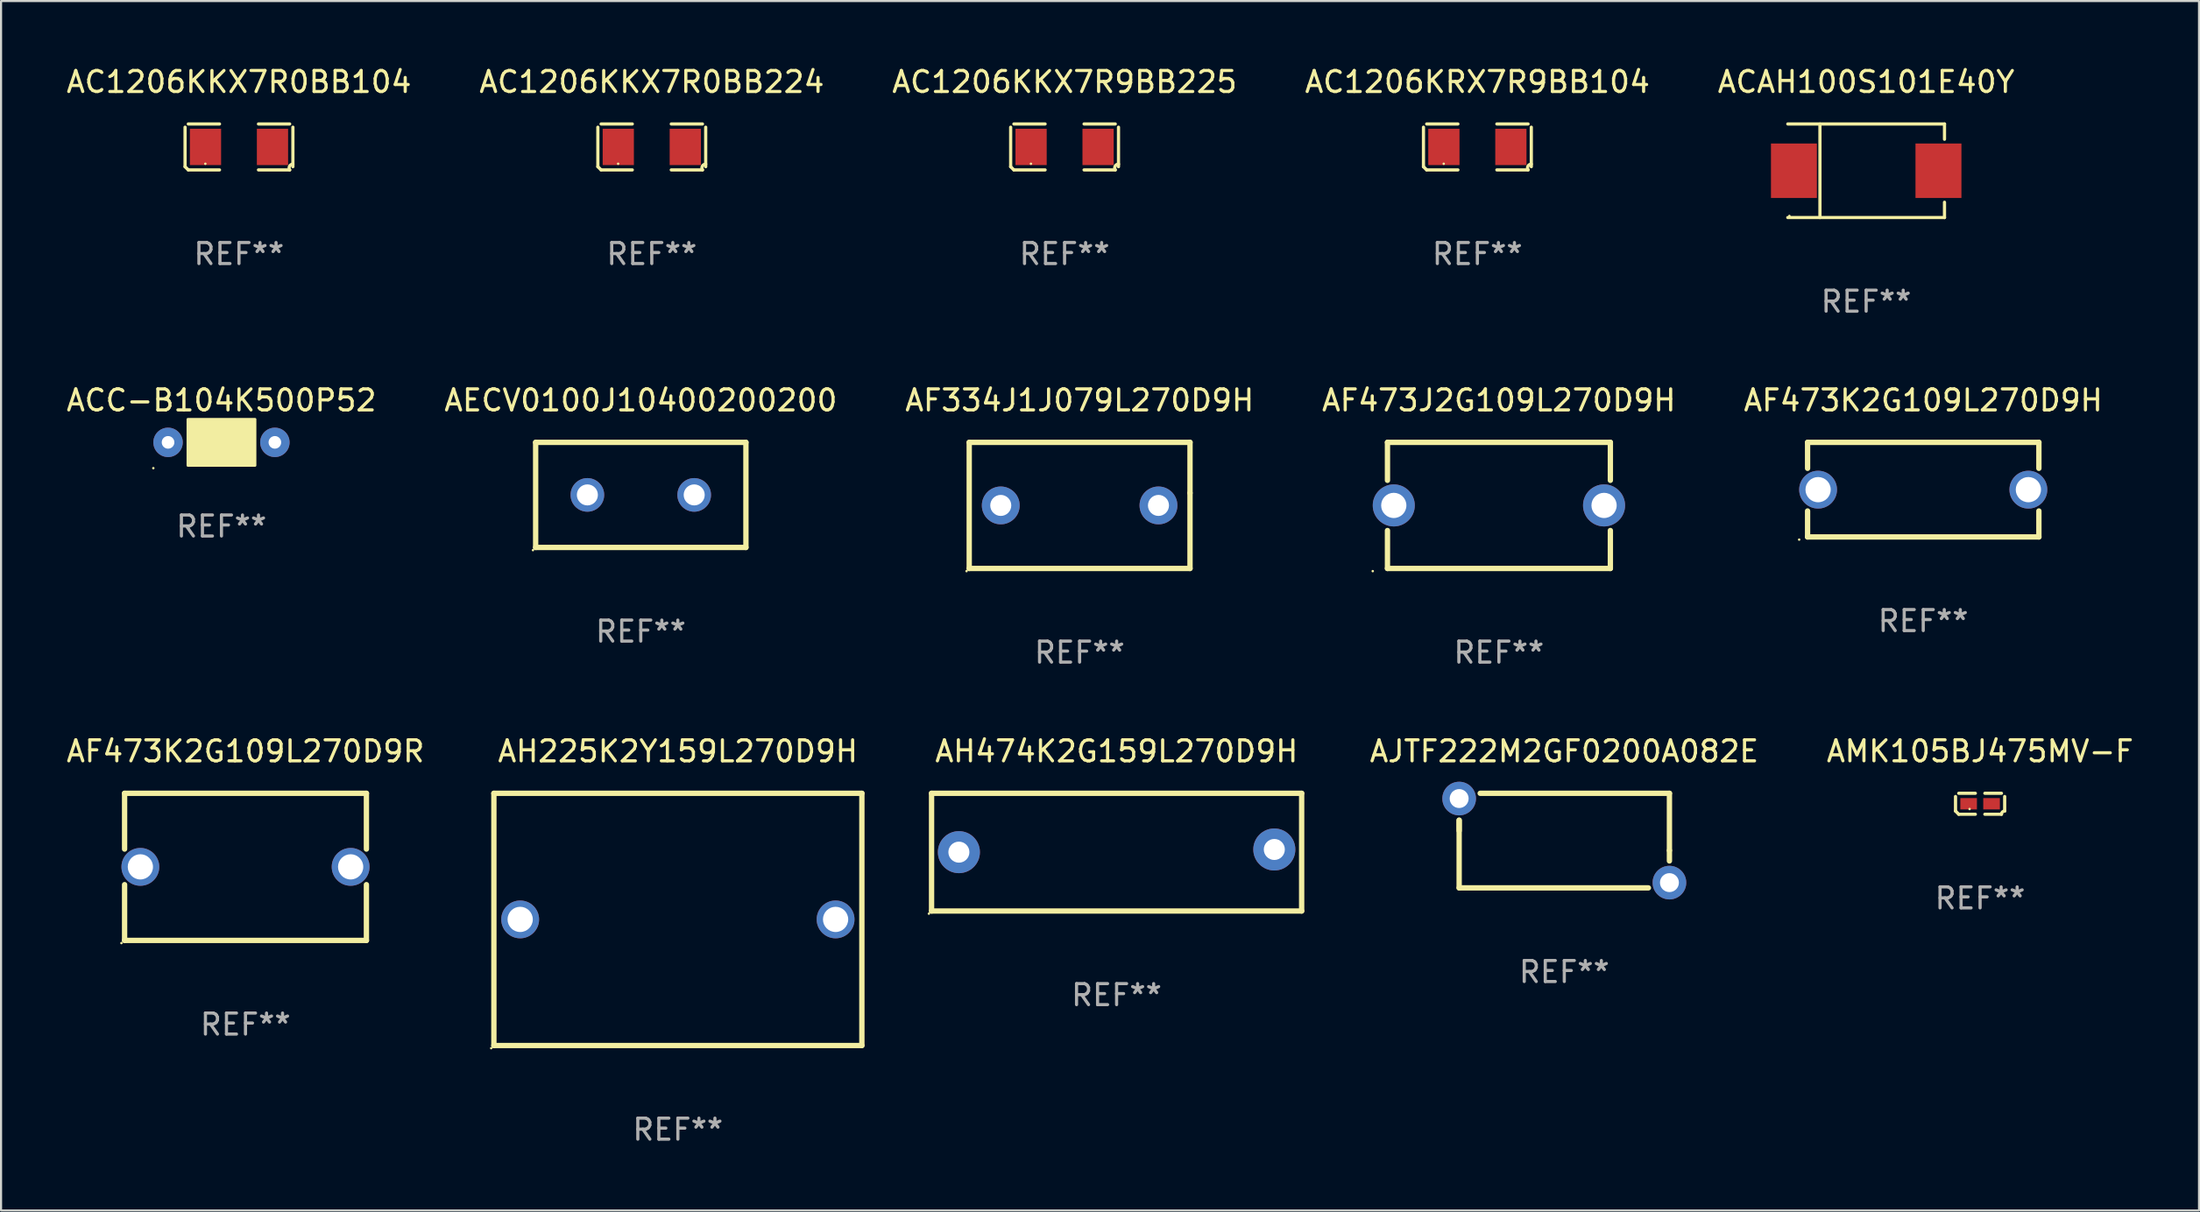
<source format=kicad_pcb>
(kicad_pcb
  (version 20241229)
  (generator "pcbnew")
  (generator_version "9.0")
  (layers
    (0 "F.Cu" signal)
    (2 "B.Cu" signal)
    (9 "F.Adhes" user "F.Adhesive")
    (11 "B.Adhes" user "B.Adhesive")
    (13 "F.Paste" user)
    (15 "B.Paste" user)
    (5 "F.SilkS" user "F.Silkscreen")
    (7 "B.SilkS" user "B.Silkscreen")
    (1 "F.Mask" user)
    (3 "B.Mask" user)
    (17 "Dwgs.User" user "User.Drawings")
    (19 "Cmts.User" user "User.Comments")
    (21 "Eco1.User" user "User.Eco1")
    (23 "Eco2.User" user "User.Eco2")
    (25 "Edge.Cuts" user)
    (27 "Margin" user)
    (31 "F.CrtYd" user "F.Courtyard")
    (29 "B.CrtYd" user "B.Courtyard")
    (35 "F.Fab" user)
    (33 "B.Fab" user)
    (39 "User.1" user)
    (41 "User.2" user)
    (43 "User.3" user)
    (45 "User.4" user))
  (footprint "AC1206KKX7R0BB104"
    (layer "F.Cu")
    (at 8.315 3.941)
    (property "Reference" "AC1206KKX7R0BB104" (at 0 -3.093 0) (layer "F.SilkS") (effects (font (size 1 1) (thickness 0.15))))
    (attr through_hole)
    (fp_line (start -2.564 0.94) (end -2.564 -0.94) (stroke (width 0.152) (type solid)) (layer "F.SilkS"))
    (fp_line (start -2.411 -1.093) (end -0.926 -1.093) (stroke (width 0.152) (type solid)) (layer "F.SilkS"))
    (fp_line (start -0.926 1.093) (end -2.411 1.093) (stroke (width 0.152) (type solid)) (layer "F.SilkS"))
    (fp_line (start 0.926 1.093) (end 2.411 1.093) (stroke (width 0.152) (type solid)) (layer "F.SilkS"))
    (fp_line (start 2.411 -1.093) (end 0.926 -1.093) (stroke (width 0.152) (type solid)) (layer "F.SilkS"))
    (fp_line (start 2.564 0.94) (end 2.564 -0.94) (stroke (width 0.152) (type solid)) (layer "F.SilkS"))
    (fp_arc (start -2.411201 1.092609) (mid -2.487413 1.01642) (end -2.563602 0.940208) (stroke (width 0.1524) (type solid)) (layer "F.SilkS"))
    (fp_arc (start 2.411201 1.092609) (mid 2.407159 0.911226) (end 2.563602 0.819347) (stroke (width 0.1524) (type solid)) (layer "F.SilkS"))
    (fp_circle (center -1.6 0.8) (end -1.57 0.8) (stroke (width 0.06) (type solid)) (fill no) (layer "F.SilkS"))
    (fp_text user "REF**" (at 0 5.093 0) (layer "F.Fab") (effects (font (size 1 1) (thickness 0.15))))
    (pad "1" smd rect (at -1.593 0) (size 1.485 1.728) (layers "F.Cu" "F.Mask" "F.Paste"))
    (pad "2" smd rect (at 1.593 0) (size 1.485 1.728) (layers "F.Cu" "F.Mask" "F.Paste")))
  (footprint "AF473J2G109L270D9H"
    (layer "F.Cu")
    (at 68.232 20.997)
    (property "Reference" "AF473J2G109L270D9H" (at 0 -5 0) (layer "F.SilkS") (effects (font (size 1 1) (thickness 0.15))))
    (attr through_hole)
    (fp_line (start -5.3 -3) (end 5.3 -3) (stroke (width 0.254) (type solid)) (layer "F.SilkS"))
    (fp_line (start -5.3 -1.194) (end -5.3 -3) (stroke (width 0.254) (type solid)) (layer "F.SilkS"))
    (fp_line (start -5.3 3) (end -5.3 1.194) (stroke (width 0.254) (type solid)) (layer "F.SilkS"))
    (fp_line (start -5.3 3) (end 5.3 3) (stroke (width 0.254) (type solid)) (layer "F.SilkS"))
    (fp_line (start 5.3 -3) (end 5.3 -1.194) (stroke (width 0.254) (type solid)) (layer "F.SilkS"))
    (fp_line (start 5.3 1.194) (end 5.3 3) (stroke (width 0.254) (type solid)) (layer "F.SilkS"))
    (fp_circle (center -6 3.127) (end -5.97 3.127) (stroke (width 0.06) (type solid)) (fill no) (layer "F.SilkS"))
    (fp_text user "REF**" (at 0 7 0) (layer "F.Fab") (effects (font (size 1 1) (thickness 0.15))))
    (pad "1" thru_hole circle (at -5 0) (size 2 2) (drill 1.2) (layers "*.Cu" "*.Mask"))
    (pad "2" thru_hole circle (at 5 0) (size 2 2) (drill 1.2) (layers "*.Cu" "*.Mask")))
  (footprint "AF473K2G109L270D9H"
    (layer "F.Cu")
    (at 88.411 20.247)
    (property "Reference" "AF473K2G109L270D9H" (at 0 -4.25 0) (layer "F.SilkS") (effects (font (size 1 1) (thickness 0.15))))
    (attr through_hole)
    (fp_line (start -5.5 -2.25) (end -5.5 -1.014) (stroke (width 0.254) (type solid)) (layer "F.SilkS"))
    (fp_line (start -5.5 -2.25) (end 5.5 -2.25) (stroke (width 0.254) (type solid)) (layer "F.SilkS"))
    (fp_line (start -5.5 1.014) (end -5.5 2.25) (stroke (width 0.254) (type solid)) (layer "F.SilkS"))
    (fp_line (start 5.5 -2.25) (end 5.5 -1.014) (stroke (width 0.254) (type solid)) (layer "F.SilkS"))
    (fp_line (start 5.5 1.014) (end 5.5 2.25) (stroke (width 0.254) (type solid)) (layer "F.SilkS"))
    (fp_line (start 5.5 2.25) (end -5.5 2.25) (stroke (width 0.254) (type solid)) (layer "F.SilkS"))
    (fp_circle (center -5.9 2.377) (end -5.87 2.377) (stroke (width 0.06) (type solid)) (fill no) (layer "F.SilkS"))
    (fp_text user "REF**" (at 0 6.25 0) (layer "F.Fab") (effects (font (size 1 1) (thickness 0.15))))
    (pad "1" thru_hole circle (at -5 0) (size 1.8 1.8) (drill 1.2) (layers "*.Cu" "*.Mask"))
    (pad "2" thru_hole circle (at 5 0) (size 1.8 1.8) (drill 1.2) (layers "*.Cu" "*.Mask")))
  (footprint "AJTF222M2GF0200A082E"
    (layer "F.Cu")
    (at 71.341 36.944)
    (property "Reference" "AJTF222M2GF0200A082E" (at 0 -4.25 0) (layer "F.SilkS") (effects (font (size 1 1) (thickness 0.15))))
    (attr through_hole)
    (fp_line (start -5 -0.969) (end -5 2.25) (stroke (width 0.254) (type solid)) (layer "F.SilkS"))
    (fp_line (start -5 -0.469) (end -5 -0.969) (stroke (width 0.254) (type solid)) (layer "F.SilkS"))
    (fp_line (start -5 2.25) (end 4 2.25) (stroke (width 0.254) (type solid)) (layer "F.SilkS"))
    (fp_line (start 5 -2.25) (end -4 -2.25) (stroke (width 0.254) (type solid)) (layer "F.SilkS"))
    (fp_line (start 5 -2.25) (end 5 0.469) (stroke (width 0.254) (type solid)) (layer "F.SilkS"))
    (fp_line (start 5 0.469) (end 5 0.969) (stroke (width 0.254) (type solid)) (layer "F.SilkS"))
    (fp_circle (center -5.275 -2.275) (end -5.245 -2.275) (stroke (width 0.06) (type solid)) (fill no) (layer "F.SilkS"))
    (fp_text user "REF**" (at 0 6.25 0) (layer "F.Fab") (effects (font (size 1 1) (thickness 0.15))))
    (pad "1" thru_hole circle (at -5 -2) (size 1.6 1.6) (drill 0.9) (layers "*.Cu" "*.Mask"))
    (pad "2" thru_hole circle (at 5 2) (size 1.6 1.6) (drill 0.9) (layers "*.Cu" "*.Mask")))
  (footprint "AF473K2G109L270D9R"
    (layer "F.Cu")
    (at 8.625 38.194)
    (property "Reference" "AF473K2G109L270D9R" (at 0 -5.5 0) (layer "F.SilkS") (effects (font (size 1 1) (thickness 0.15))))
    (attr through_hole)
    (fp_line (start -5.75 -3.5) (end -5.75 -0.846) (stroke (width 0.254) (type solid)) (layer "F.SilkS"))
    (fp_line (start -5.75 -3.5) (end 5.75 -3.5) (stroke (width 0.254) (type solid)) (layer "F.SilkS"))
    (fp_line (start -5.75 0.846) (end -5.75 3.5) (stroke (width 0.254) (type solid)) (layer "F.SilkS"))
    (fp_line (start 5.75 -3.5) (end 5.75 -0.846) (stroke (width 0.254) (type solid)) (layer "F.SilkS"))
    (fp_line (start 5.75 0.846) (end 5.75 3.5) (stroke (width 0.254) (type solid)) (layer "F.SilkS"))
    (fp_line (start 5.75 3.5) (end -5.75 3.5) (stroke (width 0.254) (type solid)) (layer "F.SilkS"))
    (fp_circle (center -5.9 3.627) (end -5.87 3.627) (stroke (width 0.06) (type solid)) (fill no) (layer "F.SilkS"))
    (fp_text user "REF**" (at 0 7.5 0) (layer "F.Fab") (effects (font (size 1 1) (thickness 0.15))))
    (pad "1" thru_hole circle (at -5 0) (size 1.8 1.8) (drill 1.2) (layers "*.Cu" "*.Mask"))
    (pad "2" thru_hole circle (at 5 0) (size 1.8 1.8) (drill 1.2) (layers "*.Cu" "*.Mask")))
  (footprint "AH474K2G159L270D9H"
    (layer "F.Cu")
    (at 50.051 37.494)
    (property "Reference" "AH474K2G159L270D9H" (at 0 -4.8 0) (layer "F.SilkS") (effects (font (size 1 1) (thickness 0.15))))
    (attr through_hole)
    (fp_line (start -8.8 -2.8) (end 8.8 -2.8) (stroke (width 0.254) (type solid)) (layer "F.SilkS"))
    (fp_line (start -8.8 2.8) (end -8.8 -2.8) (stroke (width 0.254) (type solid)) (layer "F.SilkS"))
    (fp_line (start 8.8 -2.8) (end 8.8 2.8) (stroke (width 0.254) (type solid)) (layer "F.SilkS"))
    (fp_line (start 8.8 2.8) (end -8.8 2.8) (stroke (width 0.254) (type solid)) (layer "F.SilkS"))
    (fp_circle (center -8.927 2.927) (end -8.897 2.927) (stroke (width 0.06) (type solid)) (fill no) (layer "F.SilkS"))
    (fp_text user "REF**" (at 0 6.8 0) (layer "F.Fab") (effects (font (size 1 1) (thickness 0.15))))
    (pad "1" thru_hole circle (at -7.5 0) (size 2 2) (drill 1) (layers "*.Cu" "*.Mask"))
    (pad "2" thru_hole circle (at 7.5 -0.127) (size 2 2) (drill 1) (layers "*.Cu" "*.Mask")))
  (footprint "AC1206KKX7R0BB224"
    (layer "F.Cu")
    (at 27.946 3.941)
    (property "Reference" "AC1206KKX7R0BB224" (at 0 -3.093 0) (layer "F.SilkS") (effects (font (size 1 1) (thickness 0.15))))
    (attr through_hole)
    (fp_line (start -2.564 0.94) (end -2.564 -0.94) (stroke (width 0.152) (type solid)) (layer "F.SilkS"))
    (fp_line (start -2.411 -1.093) (end -0.926 -1.093) (stroke (width 0.152) (type solid)) (layer "F.SilkS"))
    (fp_line (start -0.926 1.093) (end -2.411 1.093) (stroke (width 0.152) (type solid)) (layer "F.SilkS"))
    (fp_line (start 0.926 1.093) (end 2.411 1.093) (stroke (width 0.152) (type solid)) (layer "F.SilkS"))
    (fp_line (start 2.411 -1.093) (end 0.926 -1.093) (stroke (width 0.152) (type solid)) (layer "F.SilkS"))
    (fp_line (start 2.564 0.94) (end 2.564 -0.94) (stroke (width 0.152) (type solid)) (layer "F.SilkS"))
    (fp_arc (start -2.411201 1.092609) (mid -2.487413 1.01642) (end -2.563602 0.940208) (stroke (width 0.1524) (type solid)) (layer "F.SilkS"))
    (fp_arc (start 2.411201 1.092609) (mid 2.407159 0.911226) (end 2.563602 0.819347) (stroke (width 0.1524) (type solid)) (layer "F.SilkS"))
    (fp_circle (center -1.6 0.8) (end -1.57 0.8) (stroke (width 0.06) (type solid)) (fill no) (layer "F.SilkS"))
    (fp_text user "REF**" (at 0 5.093 0) (layer "F.Fab") (effects (font (size 1 1) (thickness 0.15))))
    (pad "1" smd rect (at -1.593 0) (size 1.485 1.728) (layers "F.Cu" "F.Mask" "F.Paste"))
    (pad "2" smd rect (at 1.593 0) (size 1.485 1.728) (layers "F.Cu" "F.Mask" "F.Paste")))
  (footprint "AC1206KRX7R9BB104"
    (layer "F.Cu")
    (at 67.208 3.941)
    (property "Reference" "AC1206KRX7R9BB104" (at 0 -3.093 0) (layer "F.SilkS") (effects (font (size 1 1) (thickness 0.15))))
    (attr through_hole)
    (fp_line (start -2.564 0.94) (end -2.564 -0.94) (stroke (width 0.152) (type solid)) (layer "F.SilkS"))
    (fp_line (start -2.411 -1.093) (end -0.926 -1.093) (stroke (width 0.152) (type solid)) (layer "F.SilkS"))
    (fp_line (start -0.926 1.093) (end -2.411 1.093) (stroke (width 0.152) (type solid)) (layer "F.SilkS"))
    (fp_line (start 0.926 1.093) (end 2.411 1.093) (stroke (width 0.152) (type solid)) (layer "F.SilkS"))
    (fp_line (start 2.411 -1.093) (end 0.926 -1.093) (stroke (width 0.152) (type solid)) (layer "F.SilkS"))
    (fp_line (start 2.564 0.94) (end 2.564 -0.94) (stroke (width 0.152) (type solid)) (layer "F.SilkS"))
    (fp_arc (start -2.411201 1.092609) (mid -2.487413 1.01642) (end -2.563602 0.940208) (stroke (width 0.1524) (type solid)) (layer "F.SilkS"))
    (fp_arc (start 2.411201 1.092609) (mid 2.407159 0.911226) (end 2.563602 0.819347) (stroke (width 0.1524) (type solid)) (layer "F.SilkS"))
    (fp_circle (center -1.6 0.8) (end -1.57 0.8) (stroke (width 0.06) (type solid)) (fill no) (layer "F.SilkS"))
    (fp_text user "REF**" (at 0 5.093 0) (layer "F.Fab") (effects (font (size 1 1) (thickness 0.15))))
    (pad "1" smd rect (at -1.593 0) (size 1.485 1.728) (layers "F.Cu" "F.Mask" "F.Paste"))
    (pad "2" smd rect (at 1.593 0) (size 1.485 1.728) (layers "F.Cu" "F.Mask" "F.Paste")))
  (footprint "AF334J1J079L270D9H"
    (layer "F.Cu")
    (at 48.292 20.997)
    (property "Reference" "AF334J1J079L270D9H" (at 0 -5 0) (layer "F.SilkS") (effects (font (size 1 1) (thickness 0.15))))
    (attr through_hole)
    (fp_line (start -5.25 -3) (end 5.25 -3) (stroke (width 0.254) (type solid)) (layer "F.SilkS"))
    (fp_line (start -5.25 3) (end -5.25 -3) (stroke (width 0.254) (type solid)) (layer "F.SilkS"))
    (fp_line (start 5.25 -0.591) (end 5.25 -3) (stroke (width 0.254) (type solid)) (layer "F.SilkS"))
    (fp_line (start 5.25 3) (end 5.25 -0.591) (stroke (width 0.254) (type solid)) (layer "F.SilkS"))
    (fp_line (start 5.25 3) (end -5.25 3) (stroke (width 0.254) (type solid)) (layer "F.SilkS"))
    (fp_circle (center -5.377 3.127) (end -5.347 3.127) (stroke (width 0.06) (type solid)) (fill no) (layer "F.SilkS"))
    (fp_text user "REF**" (at 0 7 0) (layer "F.Fab") (effects (font (size 1 1) (thickness 0.15))))
    (pad "1" thru_hole circle (at -3.75 0) (size 1.8 1.8) (drill 1) (layers "*.Cu" "*.Mask"))
    (pad "2" thru_hole circle (at 3.75 0) (size 1.8 1.8) (drill 1) (layers "*.Cu" "*.Mask")))
  (footprint "AC1206KKX7R9BB225"
    (layer "F.Cu")
    (at 47.577 3.941)
    (property "Reference" "AC1206KKX7R9BB225" (at 0 -3.093 0) (layer "F.SilkS") (effects (font (size 1 1) (thickness 0.15))))
    (attr through_hole)
    (fp_line (start -2.564 0.94) (end -2.564 -0.94) (stroke (width 0.152) (type solid)) (layer "F.SilkS"))
    (fp_line (start -2.411 -1.093) (end -0.926 -1.093) (stroke (width 0.152) (type solid)) (layer "F.SilkS"))
    (fp_line (start -0.926 1.093) (end -2.411 1.093) (stroke (width 0.152) (type solid)) (layer "F.SilkS"))
    (fp_line (start 0.926 1.093) (end 2.411 1.093) (stroke (width 0.152) (type solid)) (layer "F.SilkS"))
    (fp_line (start 2.411 -1.093) (end 0.926 -1.093) (stroke (width 0.152) (type solid)) (layer "F.SilkS"))
    (fp_line (start 2.564 0.94) (end 2.564 -0.94) (stroke (width 0.152) (type solid)) (layer "F.SilkS"))
    (fp_arc (start -2.411201 1.092609) (mid -2.487413 1.01642) (end -2.563602 0.940208) (stroke (width 0.1524) (type solid)) (layer "F.SilkS"))
    (fp_arc (start 2.411201 1.092609) (mid 2.407159 0.911226) (end 2.563602 0.819347) (stroke (width 0.1524) (type solid)) (layer "F.SilkS"))
    (fp_circle (center -1.6 0.8) (end -1.57 0.8) (stroke (width 0.06) (type solid)) (fill no) (layer "F.SilkS"))
    (fp_text user "REF**" (at 0 5.093 0) (layer "F.Fab") (effects (font (size 1 1) (thickness 0.15))))
    (pad "1" smd rect (at -1.593 0) (size 1.485 1.728) (layers "F.Cu" "F.Mask" "F.Paste"))
    (pad "2" smd rect (at 1.593 0) (size 1.485 1.728) (layers "F.Cu" "F.Mask" "F.Paste")))
  (footprint "ACC-B104K500P52"
    (layer "F.Cu")
    (at 7.482 17.997)
    (property "Reference" "ACC-B104K500P52" (at 0 -2 0) (layer "F.SilkS") (effects (font (size 1 1) (thickness 0.15))))
    (attr through_hole)
    (fp_circle (center -3.24 1.227) (end -3.21 1.227) (stroke (width 0.06) (type solid)) (fill no) (layer "F.SilkS"))
    (fp_poly (pts (xy -1.6 -1.1) (xy 1.6 -1.1) (xy 1.6 1.1) (xy -1.6 1.1)) (stroke (width 0.12) (type solid)) (fill yes) (layer "F.SilkS"))
    (fp_text user "REF**" (at 0 4 0) (layer "F.Fab") (effects (font (size 1 1) (thickness 0.15))))
    (pad "1" thru_hole circle (at -2.54 0) (size 1.4 1.4) (drill 0.6) (layers "*.Cu" "*.Mask"))
    (pad "2" thru_hole circle (at 2.54 0) (size 1.4 1.4) (drill 0.6) (layers "*.Cu" "*.Mask")))
  (footprint "AMK105BJ475MV-F"
    (layer "F.Cu")
    (at 91.115 35.192)
    (property "Reference" "AMK105BJ475MV-F" (at 0 -2.499 0) (layer "F.SilkS") (effects (font (size 1 1) (thickness 0.15))))
    (attr through_hole)
    (fp_line (start -1.169 0.346) (end -1.169 -0.346) (stroke (width 0.152) (type solid)) (layer "F.SilkS"))
    (fp_line (start -1.016 -0.499) (end -0.226 -0.499) (stroke (width 0.152) (type solid)) (layer "F.SilkS"))
    (fp_line (start -0.226 0.499) (end -1.016 0.499) (stroke (width 0.152) (type solid)) (layer "F.SilkS"))
    (fp_line (start 0.226 0.499) (end 1.016 0.499) (stroke (width 0.152) (type solid)) (layer "F.SilkS"))
    (fp_line (start 1.016 -0.499) (end 0.226 -0.499) (stroke (width 0.152) (type solid)) (layer "F.SilkS"))
    (fp_line (start 1.169 0.346) (end 1.169 -0.346) (stroke (width 0.152) (type solid)) (layer "F.SilkS"))
    (fp_arc (start -1.016307 0.498603) (mid -1.092512 0.422405) (end -1.16871 0.3462) (stroke (width 0.1524) (type solid)) (layer "F.SilkS"))
    (fp_arc (start 1.016307 0.498603) (mid 1.060899 0.390758) (end 1.168707 0.346076) (stroke (width 0.1524) (type solid)) (layer "F.SilkS"))
    (fp_circle (center -0.5 0.25) (end -0.47 0.25) (stroke (width 0.06) (type solid)) (fill no) (layer "F.SilkS"))
    (fp_text user "REF**" (at 0 4.499 0) (layer "F.Fab") (effects (font (size 1 1) (thickness 0.15))))
    (pad "1" smd rect (at -0.545 0) (size 0.79 0.54) (layers "F.Cu" "F.Mask" "F.Paste"))
    (pad "2" smd rect (at 0.545 0) (size 0.79 0.54) (layers "F.Cu" "F.Mask" "F.Paste")))
  (footprint "AECV0100J10400200200"
    (layer "F.Cu")
    (at 27.423 20.497)
    (property "Reference" "AECV0100J10400200200" (at 0 -4.5 0) (layer "F.SilkS") (effects (font (size 1 1) (thickness 0.15))))
    (attr through_hole)
    (fp_line (start -5 -2.5) (end -5 2.5) (stroke (width 0.254) (type solid)) (layer "F.SilkS"))
    (fp_line (start -5 -2.5) (end 5 -2.5) (stroke (width 0.254) (type solid)) (layer "F.SilkS"))
    (fp_line (start -5 2.5) (end 5 2.5) (stroke (width 0.254) (type solid)) (layer "F.SilkS"))
    (fp_line (start 5 -2.5) (end 5 2.5) (stroke (width 0.254) (type solid)) (layer "F.SilkS"))
    (fp_circle (center -5.127 2.627) (end -5.097 2.627) (stroke (width 0.06) (type solid)) (fill no) (layer "F.SilkS"))
    (fp_text user "REF**" (at 0 6.5 0) (layer "F.Fab") (effects (font (size 1 1) (thickness 0.15))))
    (pad "1" thru_hole circle (at -2.54 0) (size 1.6 1.6) (drill 1) (layers "*.Cu" "*.Mask"))
    (pad "2" thru_hole circle (at 2.54 0) (size 1.6 1.6) (drill 1) (layers "*.Cu" "*.Mask")))
  (footprint "ACAH100S101E40Y"
    (layer "F.Cu")
    (at 85.696 5.074)
    (property "Reference" "ACAH100S101E40Y" (at 0 -4.226 0) (layer "F.SilkS") (effects (font (size 1 1) (thickness 0.15))))
    (attr through_hole)
    (fp_line (start -3.726 -2.226) (end 3.726 -2.226) (stroke (width 0.152) (type solid)) (layer "F.SilkS"))
    (fp_line (start -3.726 2.226) (end 3.726 2.226) (stroke (width 0.152) (type solid)) (layer "F.SilkS"))
    (fp_line (start -2.197 -2.226) (end -2.197 2.226) (stroke (width 0.152) (type solid)) (layer "F.SilkS"))
    (fp_line (start 3.726 -2.226) (end 3.726 -1.499) (stroke (width 0.152) (type solid)) (layer "F.SilkS"))
    (fp_line (start 3.726 2.226) (end 3.726 1.499) (stroke (width 0.152) (type solid)) (layer "F.SilkS"))
    (fp_circle (center -3.65 2.15) (end -3.62 2.15) (stroke (width 0.06) (type solid)) (fill no) (layer "F.SilkS"))
    (fp_text user "REF**" (at 0 6.226 0) (layer "F.Fab") (effects (font (size 1 1) (thickness 0.15))))
    (pad "1" smd rect (at -3.434 0 180) (size 2.185 2.592) (layers "F.Cu" "F.Mask" "F.Paste"))
    (pad "2" smd rect (at 3.439 0 180) (size 2.185 2.592) (layers "F.Cu" "F.Mask" "F.Paste")))
  (footprint "AH225K2Y159L270D9H"
    (layer "F.Cu")
    (at 29.187 40.694)
    (property "Reference" "AH225K2Y159L270D9H" (at 0 -8 0) (layer "F.SilkS") (effects (font (size 1 1) (thickness 0.15))))
    (attr through_hole)
    (fp_line (start -8.75 6) (end -8.75 -6) (stroke (width 0.254) (type solid)) (layer "F.SilkS"))
    (fp_line (start -8.75 -6) (end 8.75 -6) (stroke (width 0.254) (type solid)) (layer "F.SilkS"))
    (fp_line (start 8.75 6) (end -8.75 6) (stroke (width 0.254) (type solid)) (layer "F.SilkS"))
    (fp_line (start 8.75 -6) (end 8.75 6) (stroke (width 0.254) (type solid)) (layer "F.SilkS"))
    (fp_circle (center -8.877 6.127) (end -8.847 6.127) (stroke (width 0.06) (type solid)) (fill no) (layer "F.SilkS"))
    (fp_text user "REF**" (at 0 10 0) (layer "F.Fab") (effects (font (size 1 1) (thickness 0.15))))
    (pad "1" thru_hole circle (at -7.5 0) (size 1.8 1.8) (drill 1.2) (layers "*.Cu" "*.Mask"))
    (pad "2" thru_hole circle (at 7.5 0) (size 1.8 1.8) (drill 1.2) (layers "*.Cu" "*.Mask")))
  (gr_rect
    (start -3 -3)
    (end 101.526 54.542)
    (stroke (width 0.1) (type default))
    (fill no)
    (layer "Edge.Cuts")))
</source>
